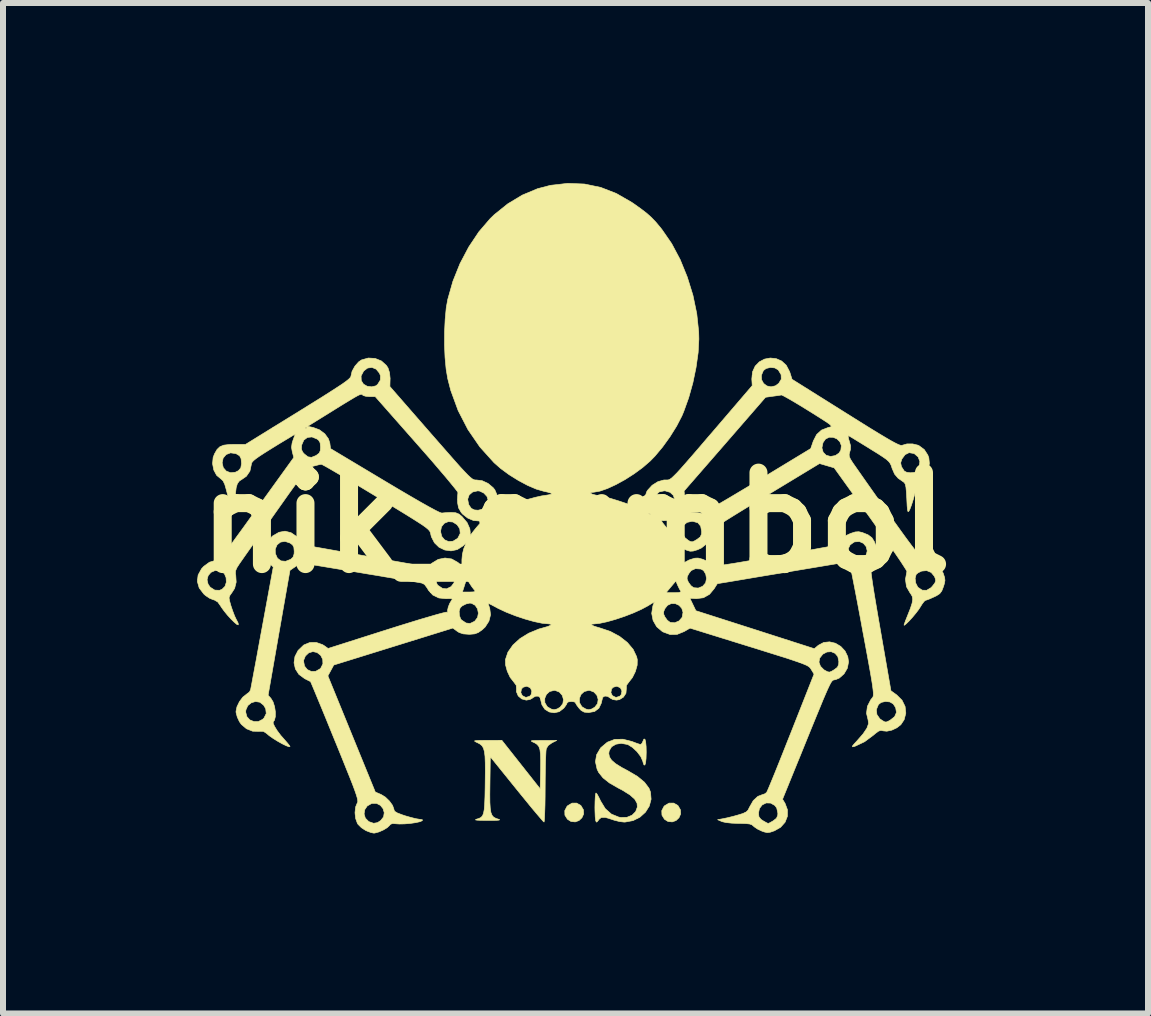
<source format=kicad_pcb>
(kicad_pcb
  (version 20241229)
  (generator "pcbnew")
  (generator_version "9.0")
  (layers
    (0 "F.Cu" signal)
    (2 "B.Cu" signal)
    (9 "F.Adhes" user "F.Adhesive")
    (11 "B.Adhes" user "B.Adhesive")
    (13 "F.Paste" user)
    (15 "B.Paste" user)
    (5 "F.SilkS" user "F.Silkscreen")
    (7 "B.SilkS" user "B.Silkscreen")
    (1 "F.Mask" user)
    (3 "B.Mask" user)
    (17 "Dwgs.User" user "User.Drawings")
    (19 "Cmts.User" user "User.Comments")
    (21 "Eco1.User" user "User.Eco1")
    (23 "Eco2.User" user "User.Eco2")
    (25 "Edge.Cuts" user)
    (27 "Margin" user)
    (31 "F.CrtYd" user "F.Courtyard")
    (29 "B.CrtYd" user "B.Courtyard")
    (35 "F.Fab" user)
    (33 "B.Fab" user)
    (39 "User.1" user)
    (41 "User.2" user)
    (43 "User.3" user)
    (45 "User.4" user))
  (footprint "nik_symbol"
    (layer "F.Cu")
    (at 6.539 5.659)
    (property "Reference" "nik_symbol" (at 0 0 0) (layer "F.SilkS") (effects (font (size 1.524 1.524) (thickness 0.3))))
    (attr through_hole)
    (fp_poly (pts (xy 0.087 4.71) (xy 0.091 4.715) (xy 0.132 4.784) (xy 0.135 4.853) (xy 0.107 4.915) (xy 0.058 4.962) (xy -0.005 4.985) (xy -0.075 4.978) (xy -0.134 4.941) (xy -0.177 4.873) (xy -0.179 4.797) (xy -0.142 4.726) (xy -0.131 4.715) (xy -0.058 4.672) (xy 0.018 4.671) (xy 0.087 4.71)) (stroke (width 0.01) (type solid)) (fill yes) (layer "F.SilkS"))
    (fp_poly (pts (xy 1.703 4.71) (xy 1.708 4.715) (xy 1.748 4.784) (xy 1.751 4.853) (xy 1.724 4.915) (xy 1.675 4.962) (xy 1.611 4.985) (xy 1.541 4.978) (xy 1.482 4.941) (xy 1.44 4.873) (xy 1.437 4.797) (xy 1.474 4.726) (xy 1.485 4.715) (xy 1.558 4.672) (xy 1.635 4.671) (xy 1.703 4.71)) (stroke (width 0.01) (type solid)) (fill yes) (layer "F.SilkS"))
    (fp_poly (pts (xy -0.908 4.03) (xy -0.589 4.434) (xy -0.582 4.11) (xy -0.581 3.964) (xy -0.584 3.857) (xy -0.593 3.781) (xy -0.611 3.729) (xy -0.64 3.694) (xy -0.68 3.668) (xy -0.7 3.659) (xy -0.73 3.645) (xy -0.737 3.635) (xy -0.715 3.63) (xy -0.66 3.628) (xy -0.564 3.627) (xy -0.543 3.627) (xy -0.312 3.627) (xy -0.392 3.667) (xy -0.454 3.711) (xy -0.487 3.764) (xy -0.492 3.802) (xy -0.496 3.88) (xy -0.5 3.99) (xy -0.503 4.125) (xy -0.505 4.278) (xy -0.506 4.405) (xy -0.507 4.563) (xy -0.509 4.705) (xy -0.513 4.825) (xy -0.517 4.916) (xy -0.521 4.972) (xy -0.525 4.987) (xy -0.544 4.97) (xy -0.587 4.92) (xy -0.652 4.844) (xy -0.735 4.745) (xy -0.831 4.627) (xy -0.939 4.495) (xy -0.981 4.443) (xy -1.42 3.899) (xy -1.426 4.354) (xy -1.428 4.527) (xy -1.427 4.659) (xy -1.421 4.757) (xy -1.41 4.827) (xy -1.391 4.875) (xy -1.364 4.906) (xy -1.326 4.926) (xy -1.287 4.939) (xy -1.264 4.948) (xy -1.274 4.955) (xy -1.321 4.959) (xy -1.408 4.96) (xy -1.466 4.96) (xy -1.575 4.959) (xy -1.642 4.956) (xy -1.668 4.951) (xy -1.658 4.943) (xy -1.648 4.939) (xy -1.606 4.926) (xy -1.574 4.909) (xy -1.55 4.883) (xy -1.533 4.841) (xy -1.521 4.779) (xy -1.514 4.69) (xy -1.509 4.569) (xy -1.506 4.411) (xy -1.505 4.328) (xy -1.503 4.144) (xy -1.504 4.002) (xy -1.508 3.893) (xy -1.518 3.814) (xy -1.534 3.757) (xy -1.557 3.717) (xy -1.59 3.689) (xy -1.632 3.666) (xy -1.65 3.658) (xy -1.677 3.644) (xy -1.682 3.635) (xy -1.657 3.63) (xy -1.599 3.627) (xy -1.502 3.626) (xy -1.474 3.626) (xy -1.228 3.625) (xy -0.908 4.03)) (stroke (width 0.01) (type solid)) (fill yes) (layer "F.SilkS"))
    (fp_poly (pts (xy 1.156 3.606) (xy 1.168 3.648) (xy 1.176 3.729) (xy 1.178 3.822) (xy 1.175 3.929) (xy 1.167 4.002) (xy 1.155 4.038) (xy 1.14 4.035) (xy 1.124 3.989) (xy 1.121 3.974) (xy 1.087 3.897) (xy 1.025 3.815) (xy 0.949 3.744) (xy 0.873 3.697) (xy 0.863 3.694) (xy 0.761 3.676) (xy 0.671 3.691) (xy 0.601 3.733) (xy 0.561 3.799) (xy 0.554 3.844) (xy 0.565 3.902) (xy 0.601 3.957) (xy 0.667 4.014) (xy 0.769 4.078) (xy 0.869 4.131) (xy 1.032 4.227) (xy 1.149 4.324) (xy 1.224 4.424) (xy 1.249 4.488) (xy 1.259 4.607) (xy 1.229 4.721) (xy 1.165 4.823) (xy 1.073 4.906) (xy 0.959 4.963) (xy 0.829 4.987) (xy 0.81 4.988) (xy 0.733 4.979) (xy 0.643 4.956) (xy 0.599 4.941) (xy 0.497 4.91) (xy 0.427 4.912) (xy 0.387 4.946) (xy 0.384 4.954) (xy 0.359 4.984) (xy 0.347 4.988) (xy 0.336 4.965) (xy 0.328 4.902) (xy 0.324 4.801) (xy 0.323 4.745) (xy 0.325 4.646) (xy 0.329 4.566) (xy 0.335 4.516) (xy 0.341 4.503) (xy 0.359 4.522) (xy 0.387 4.573) (xy 0.419 4.639) (xy 0.496 4.765) (xy 0.598 4.855) (xy 0.721 4.905) (xy 0.757 4.911) (xy 0.857 4.908) (xy 0.942 4.873) (xy 1.002 4.813) (xy 1.03 4.737) (xy 1.025 4.674) (xy 0.987 4.607) (xy 0.907 4.535) (xy 0.782 4.457) (xy 0.713 4.421) (xy 0.565 4.336) (xy 0.458 4.251) (xy 0.385 4.16) (xy 0.359 4.106) (xy 0.332 3.983) (xy 0.351 3.866) (xy 0.415 3.757) (xy 0.423 3.747) (xy 0.53 3.657) (xy 0.652 3.61) (xy 0.79 3.607) (xy 0.942 3.646) (xy 0.947 3.648) (xy 1.016 3.674) (xy 1.067 3.691) (xy 1.085 3.695) (xy 1.107 3.676) (xy 1.12 3.648) (xy 1.139 3.605) (xy 1.156 3.606)) (stroke (width 0.01) (type solid)) (fill yes) (layer "F.SilkS"))
    (fp_poly (pts (xy 0.149 -5.643) (xy 0.419 -5.587) (xy 0.681 -5.485) (xy 0.936 -5.338) (xy 0.97 -5.315) (xy 1.092 -5.228) (xy 1.187 -5.155) (xy 1.264 -5.086) (xy 1.336 -5.011) (xy 1.413 -4.919) (xy 1.442 -4.882) (xy 1.602 -4.65) (xy 1.744 -4.383) (xy 1.862 -4.093) (xy 1.956 -3.79) (xy 2.02 -3.482) (xy 2.052 -3.18) (xy 2.055 -3.06) (xy 2.043 -2.835) (xy 2.008 -2.587) (xy 1.955 -2.331) (xy 1.885 -2.081) (xy 1.803 -1.853) (xy 1.772 -1.779) (xy 1.685 -1.611) (xy 1.574 -1.433) (xy 1.45 -1.261) (xy 1.322 -1.108) (xy 1.243 -1.027) (xy 1.118 -0.919) (xy 0.976 -0.815) (xy 0.826 -0.719) (xy 0.675 -0.636) (xy 0.532 -0.57) (xy 0.405 -0.526) (xy 0.303 -0.508) (xy 0.295 -0.508) (xy 0.255 -0.503) (xy 0.253 -0.49) (xy 0.283 -0.474) (xy 0.337 -0.46) (xy 0.375 -0.454) (xy 0.463 -0.437) (xy 0.58 -0.406) (xy 0.713 -0.365) (xy 0.851 -0.319) (xy 0.979 -0.271) (xy 1.086 -0.226) (xy 1.148 -0.195) (xy 1.252 -0.134) (xy 1.2 -0.203) (xy 1.154 -0.302) (xy 1.152 -0.364) (xy 1.316 -0.364) (xy 1.336 -0.29) (xy 1.386 -0.237) (xy 1.456 -0.211) (xy 1.531 -0.216) (xy 1.59 -0.248) (xy 1.641 -0.315) (xy 1.652 -0.388) (xy 1.63 -0.455) (xy 1.576 -0.506) (xy 1.496 -0.53) (xy 1.477 -0.531) (xy 1.393 -0.513) (xy 1.338 -0.46) (xy 1.316 -0.376) (xy 1.316 -0.364) (xy 1.152 -0.364) (xy 1.15 -0.41) (xy 1.187 -0.518) (xy 1.201 -0.541) (xy 1.277 -0.624) (xy 1.373 -0.684) (xy 1.473 -0.712) (xy 1.514 -0.712) (xy 1.533 -0.712) (xy 1.552 -0.715) (xy 1.575 -0.726) (xy 1.604 -0.747) (xy 1.641 -0.782) (xy 1.691 -0.832) (xy 1.755 -0.902) (xy 1.836 -0.994) (xy 1.938 -1.111) (xy 2.064 -1.257) (xy 2.215 -1.434) (xy 2.268 -1.495) (xy 2.944 -2.284) (xy 2.937 -2.395) (xy 2.943 -2.455) (xy 3.096 -2.455) (xy 3.1 -2.382) (xy 3.133 -2.321) (xy 3.188 -2.279) (xy 3.257 -2.264) (xy 3.331 -2.281) (xy 3.386 -2.322) (xy 3.428 -2.391) (xy 3.425 -2.467) (xy 3.378 -2.545) (xy 3.377 -2.546) (xy 3.321 -2.579) (xy 3.247 -2.587) (xy 3.176 -2.57) (xy 3.13 -2.535) (xy 3.096 -2.455) (xy 2.943 -2.455) (xy 2.949 -2.513) (xy 2.993 -2.609) (xy 3.062 -2.68) (xy 3.149 -2.726) (xy 3.245 -2.744) (xy 3.342 -2.734) (xy 3.434 -2.694) (xy 3.511 -2.623) (xy 3.566 -2.518) (xy 3.57 -2.508) (xy 3.607 -2.39) (xy 4.503 -1.828) (xy 4.717 -1.694) (xy 4.895 -1.583) (xy 5.042 -1.493) (xy 5.159 -1.423) (xy 5.251 -1.369) (xy 5.321 -1.331) (xy 5.372 -1.306) (xy 5.407 -1.292) (xy 5.431 -1.288) (xy 5.446 -1.291) (xy 5.522 -1.313) (xy 5.616 -1.313) (xy 5.704 -1.292) (xy 5.722 -1.284) (xy 5.81 -1.219) (xy 5.869 -1.128) (xy 5.886 -1.083) (xy 5.896 -0.985) (xy 5.872 -0.881) (xy 5.82 -0.788) (xy 5.756 -0.727) (xy 5.699 -0.676) (xy 5.681 -0.629) (xy 5.673 -0.57) (xy 5.654 -0.485) (xy 5.627 -0.388) (xy 5.598 -0.296) (xy 5.571 -0.225) (xy 5.561 -0.205) (xy 5.548 -0.185) (xy 5.538 -0.187) (xy 5.531 -0.216) (xy 5.525 -0.279) (xy 5.52 -0.381) (xy 5.519 -0.402) (xy 5.512 -0.516) (xy 5.505 -0.592) (xy 5.494 -0.64) (xy 5.479 -0.667) (xy 5.464 -0.679) (xy 5.374 -0.742) (xy 5.316 -0.81) (xy 5.277 -0.9) (xy 5.274 -0.907) (xy 5.26 -0.952) (xy 5.243 -0.987) (xy 5.236 -0.997) (xy 5.417 -0.997) (xy 5.43 -0.934) (xy 5.478 -0.86) (xy 5.518 -0.84) (xy 5.579 -0.832) (xy 5.642 -0.838) (xy 5.673 -0.849) (xy 5.7 -0.882) (xy 5.726 -0.934) (xy 5.737 -1.02) (xy 5.708 -1.096) (xy 5.645 -1.15) (xy 5.634 -1.154) (xy 5.557 -1.167) (xy 5.491 -1.134) (xy 5.437 -1.061) (xy 5.417 -0.997) (xy 5.236 -0.997) (xy 5.219 -1.019) (xy 5.181 -1.054) (xy 5.123 -1.095) (xy 5.039 -1.15) (xy 4.922 -1.222) (xy 4.902 -1.235) (xy 4.79 -1.304) (xy 4.692 -1.364) (xy 4.614 -1.412) (xy 4.563 -1.442) (xy 4.547 -1.451) (xy 4.542 -1.436) (xy 4.551 -1.391) (xy 4.561 -1.36) (xy 4.582 -1.282) (xy 4.58 -1.218) (xy 4.57 -1.184) (xy 4.559 -1.141) (xy 4.561 -1.104) (xy 4.58 -1.06) (xy 4.62 -0.997) (xy 4.644 -0.963) (xy 4.845 -0.676) (xy 5.022 -0.425) (xy 5.175 -0.207) (xy 5.308 -0.021) (xy 5.421 0.137) (xy 5.516 0.268) (xy 5.596 0.375) (xy 5.661 0.46) (xy 5.713 0.525) (xy 5.755 0.572) (xy 5.788 0.605) (xy 5.813 0.625) (xy 5.832 0.634) (xy 5.84 0.636) (xy 5.96 0.665) (xy 6.056 0.731) (xy 6.12 0.829) (xy 6.126 0.842) (xy 6.149 0.912) (xy 6.155 0.963) (xy 6.144 1.02) (xy 6.129 1.068) (xy 6.102 1.137) (xy 6.068 1.182) (xy 6.014 1.217) (xy 5.972 1.237) (xy 5.903 1.268) (xy 5.85 1.288) (xy 5.83 1.293) (xy 5.807 1.312) (xy 5.772 1.359) (xy 5.745 1.403) (xy 5.712 1.453) (xy 5.665 1.514) (xy 5.611 1.579) (xy 5.557 1.638) (xy 5.511 1.683) (xy 5.481 1.708) (xy 5.473 1.706) (xy 5.481 1.68) (xy 5.5 1.628) (xy 5.519 1.628) (xy 5.53 1.639) (xy 5.542 1.628) (xy 5.53 1.616) (xy 5.519 1.628) (xy 5.5 1.628) (xy 5.502 1.623) (xy 5.532 1.548) (xy 5.533 1.545) (xy 5.58 1.426) (xy 5.608 1.339) (xy 5.618 1.276) (xy 5.61 1.228) (xy 5.586 1.186) (xy 5.575 1.172) (xy 5.514 1.066) (xy 5.497 0.944) (xy 5.5 0.926) (xy 5.658 0.926) (xy 5.667 1.004) (xy 5.701 1.071) (xy 5.707 1.078) (xy 5.776 1.124) (xy 5.85 1.126) (xy 5.921 1.084) (xy 5.944 1.06) (xy 5.986 1.006) (xy 6.001 0.967) (xy 5.992 0.924) (xy 5.978 0.892) (xy 5.926 0.829) (xy 5.851 0.798) (xy 5.767 0.806) (xy 5.76 0.809) (xy 5.707 0.835) (xy 5.675 0.862) (xy 5.658 0.926) (xy 5.5 0.926) (xy 5.521 0.813) (xy 5.51 0.789) (xy 5.474 0.732) (xy 5.417 0.644) (xy 5.34 0.531) (xy 5.247 0.396) (xy 5.14 0.244) (xy 5.021 0.077) (xy 4.92 -0.065) (xy 4.31 -0.914) (xy 4.188 -0.95) (xy 4.065 -0.986) (xy 3.165 -0.441) (xy 2.953 -0.313) (xy 2.776 -0.205) (xy 2.633 -0.117) (xy 2.519 -0.046) (xy 2.432 0.01) (xy 2.367 0.054) (xy 2.321 0.088) (xy 2.291 0.115) (xy 2.274 0.136) (xy 2.266 0.153) (xy 2.264 0.17) (xy 2.264 0.172) (xy 2.241 0.265) (xy 2.183 0.352) (xy 2.097 0.421) (xy 2.031 0.451) (xy 1.961 0.472) (xy 1.911 0.475) (xy 1.859 0.461) (xy 1.812 0.441) (xy 1.705 0.394) (xy 1.724 0.468) (xy 1.736 0.541) (xy 1.74 0.626) (xy 1.74 0.645) (xy 1.739 0.706) (xy 1.745 0.728) (xy 1.76 0.716) (xy 1.775 0.697) (xy 1.82 0.66) (xy 1.888 0.623) (xy 1.918 0.612) (xy 1.988 0.591) (xy 2.042 0.589) (xy 2.105 0.605) (xy 2.126 0.612) (xy 2.195 0.643) (xy 2.25 0.68) (xy 2.263 0.693) (xy 2.272 0.704) (xy 2.284 0.712) (xy 2.304 0.716) (xy 2.335 0.717) (xy 2.381 0.714) (xy 2.446 0.706) (xy 2.535 0.693) (xy 2.651 0.675) (xy 2.798 0.65) (xy 2.98 0.619) (xy 3.202 0.58) (xy 3.346 0.555) (xy 3.559 0.517) (xy 3.657 0.5) (xy 4.544 0.5) (xy 4.569 0.564) (xy 4.616 0.615) (xy 4.68 0.642) (xy 4.757 0.636) (xy 4.767 0.632) (xy 4.803 0.603) (xy 4.839 0.551) (xy 4.84 0.549) (xy 4.86 0.47) (xy 4.842 0.398) (xy 4.796 0.343) (xy 4.73 0.314) (xy 4.652 0.319) (xy 4.639 0.324) (xy 4.575 0.37) (xy 4.545 0.432) (xy 4.544 0.5) (xy 3.657 0.5) (xy 3.758 0.482) (xy 3.938 0.45) (xy 4.095 0.421) (xy 4.223 0.398) (xy 4.319 0.38) (xy 4.379 0.369) (xy 4.396 0.364) (xy 4.445 0.273) (xy 4.509 0.213) (xy 4.582 0.179) (xy 4.659 0.154) (xy 4.718 0.15) (xy 4.777 0.163) (xy 4.874 0.202) (xy 4.938 0.25) (xy 4.98 0.318) (xy 4.997 0.364) (xy 5.019 0.437) (xy 5.022 0.49) (xy 5.009 0.548) (xy 4.999 0.578) (xy 4.97 0.647) (xy 4.941 0.702) (xy 4.931 0.715) (xy 4.924 0.728) (xy 4.921 0.753) (xy 4.922 0.793) (xy 4.927 0.852) (xy 4.938 0.934) (xy 4.954 1.043) (xy 4.976 1.182) (xy 5.005 1.356) (xy 5.041 1.568) (xy 5.077 1.775) (xy 5.255 2.8) (xy 5.352 2.87) (xy 5.44 2.958) (xy 5.491 3.062) (xy 5.503 3.173) (xy 5.475 3.282) (xy 5.42 3.365) (xy 5.353 3.417) (xy 5.27 3.456) (xy 5.186 3.474) (xy 5.126 3.468) (xy 5.088 3.46) (xy 5.05 3.472) (xy 4.999 3.509) (xy 4.965 3.538) (xy 4.816 3.649) (xy 4.667 3.72) (xy 4.641 3.729) (xy 4.615 3.734) (xy 4.613 3.722) (xy 4.639 3.689) (xy 4.69 3.634) (xy 4.791 3.518) (xy 4.855 3.423) (xy 4.882 3.347) (xy 4.875 3.288) (xy 4.848 3.175) (xy 4.856 3.114) (xy 5.012 3.114) (xy 5.021 3.196) (xy 5.07 3.267) (xy 5.115 3.298) (xy 5.151 3.318) (xy 5.176 3.321) (xy 5.211 3.307) (xy 5.242 3.29) (xy 5.316 3.232) (xy 5.347 3.161) (xy 5.334 3.082) (xy 5.293 3.019) (xy 5.237 2.986) (xy 5.164 2.978) (xy 5.093 2.994) (xy 5.047 3.03) (xy 5.012 3.114) (xy 4.856 3.114) (xy 4.863 3.059) (xy 4.918 2.951) (xy 4.942 2.921) (xy 4.952 2.909) (xy 4.959 2.893) (xy 4.962 2.869) (xy 4.962 2.833) (xy 4.957 2.782) (xy 4.948 2.711) (xy 4.933 2.616) (xy 4.912 2.493) (xy 4.884 2.337) (xy 4.849 2.146) (xy 4.806 1.914) (xy 4.792 1.841) (xy 4.753 1.628) (xy 4.716 1.43) (xy 4.682 1.251) (xy 4.652 1.095) (xy 4.627 0.968) (xy 4.608 0.872) (xy 4.596 0.814) (xy 4.592 0.797) (xy 4.568 0.779) (xy 4.521 0.746) (xy 4.498 0.73) (xy 4.413 0.673) (xy 3.39 0.844) (xy 3.179 0.879) (xy 2.982 0.912) (xy 2.805 0.942) (xy 2.651 0.968) (xy 2.526 0.989) (xy 2.433 1.004) (xy 2.378 1.013) (xy 2.363 1.016) (xy 2.351 1.034) (xy 2.323 1.078) (xy 2.312 1.097) (xy 2.232 1.193) (xy 2.131 1.25) (xy 2.013 1.265) (xy 2.009 1.265) (xy 1.905 1.258) (xy 2.005 1.466) (xy 2.992 1.782) (xy 3.979 2.099) (xy 4.046 2.042) (xy 4.135 1.995) (xy 4.232 1.985) (xy 4.33 2.008) (xy 4.419 2.061) (xy 4.49 2.137) (xy 4.536 2.232) (xy 4.549 2.319) (xy 4.529 2.424) (xy 4.474 2.518) (xy 4.395 2.588) (xy 4.339 2.612) (xy 4.322 2.616) (xy 4.308 2.619) (xy 4.295 2.622) (xy 4.282 2.63) (xy 4.268 2.646) (xy 4.251 2.672) (xy 4.23 2.713) (xy 4.203 2.77) (xy 4.169 2.847) (xy 4.126 2.947) (xy 4.074 3.074) (xy 4.01 3.229) (xy 3.933 3.417) (xy 3.842 3.641) (xy 3.736 3.903) (xy 3.698 3.995) (xy 3.449 4.607) (xy 3.491 4.676) (xy 3.531 4.783) (xy 3.53 4.891) (xy 3.491 4.991) (xy 3.416 5.075) (xy 3.314 5.133) (xy 3.243 5.157) (xy 3.193 5.163) (xy 3.143 5.152) (xy 3.104 5.138) (xy 3.034 5.105) (xy 2.978 5.067) (xy 2.966 5.056) (xy 2.94 5.034) (xy 2.902 5.02) (xy 2.842 5.013) (xy 2.749 5.01) (xy 2.715 5.01) (xy 2.604 5.006) (xy 2.509 4.996) (xy 2.443 4.981) (xy 2.436 4.978) (xy 2.367 4.948) (xy 2.459 4.931) (xy 2.531 4.916) (xy 2.624 4.893) (xy 2.707 4.87) (xy 2.791 4.844) (xy 2.801 4.839) (xy 3.048 4.839) (xy 3.056 4.9) (xy 3.089 4.942) (xy 3.123 4.965) (xy 3.174 4.994) (xy 3.207 5.01) (xy 3.21 5.011) (xy 3.235 5) (xy 3.283 4.973) (xy 3.296 4.965) (xy 3.348 4.924) (xy 3.369 4.876) (xy 3.371 4.839) (xy 3.352 4.753) (xy 3.321 4.711) (xy 3.25 4.671) (xy 3.176 4.669) (xy 3.11 4.702) (xy 3.064 4.762) (xy 3.048 4.839) (xy 2.801 4.839) (xy 2.843 4.819) (xy 2.874 4.789) (xy 2.897 4.743) (xy 2.899 4.739) (xy 2.961 4.63) (xy 3.037 4.56) (xy 3.095 4.537) (xy 3.151 4.518) (xy 3.183 4.495) (xy 3.196 4.469) (xy 3.224 4.404) (xy 3.265 4.305) (xy 3.318 4.176) (xy 3.38 4.022) (xy 3.45 3.847) (xy 3.526 3.655) (xy 3.59 3.495) (xy 3.974 2.522) (xy 3.927 2.445) (xy 3.915 2.426) (xy 3.9 2.409) (xy 3.878 2.392) (xy 3.845 2.374) (xy 3.797 2.354) (xy 3.731 2.328) (xy 3.714 2.323) (xy 4.056 2.323) (xy 4.081 2.392) (xy 4.138 2.45) (xy 4.155 2.46) (xy 4.201 2.484) (xy 4.233 2.489) (xy 4.269 2.474) (xy 4.312 2.448) (xy 4.363 2.409) (xy 4.384 2.363) (xy 4.387 2.312) (xy 4.37 2.23) (xy 4.324 2.176) (xy 4.26 2.149) (xy 4.188 2.154) (xy 4.12 2.19) (xy 4.068 2.256) (xy 4.056 2.323) (xy 3.714 2.323) (xy 3.641 2.298) (xy 3.525 2.259) (xy 3.378 2.213) (xy 3.196 2.156) (xy 2.976 2.087) (xy 2.894 2.062) (xy 1.908 1.756) (xy 1.81 1.813) (xy 1.692 1.861) (xy 1.576 1.863) (xy 1.459 1.82) (xy 1.446 1.813) (xy 1.352 1.733) (xy 1.292 1.628) (xy 1.269 1.51) (xy 1.273 1.485) (xy 1.467 1.485) (xy 1.47 1.527) (xy 1.49 1.571) (xy 1.53 1.626) (xy 1.576 1.66) (xy 1.577 1.661) (xy 1.653 1.667) (xy 1.725 1.636) (xy 1.775 1.578) (xy 1.777 1.573) (xy 1.791 1.493) (xy 1.77 1.426) (xy 1.724 1.376) (xy 1.663 1.348) (xy 1.596 1.347) (xy 1.533 1.376) (xy 1.489 1.432) (xy 1.467 1.485) (xy 1.273 1.485) (xy 1.288 1.388) (xy 1.292 1.376) (xy 1.314 1.318) (xy 1.204 1.386) (xy 1.095 1.444) (xy 0.962 1.504) (xy 0.814 1.561) (xy 0.664 1.611) (xy 0.522 1.651) (xy 0.4 1.677) (xy 0.314 1.686) (xy 0.27 1.69) (xy 0.269 1.703) (xy 0.307 1.723) (xy 0.381 1.746) (xy 0.403 1.752) (xy 0.579 1.811) (xy 0.734 1.894) (xy 0.863 1.995) (xy 0.96 2.11) (xy 1.018 2.232) (xy 1.029 2.281) (xy 1.027 2.374) (xy 0.997 2.48) (xy 0.947 2.581) (xy 0.888 2.656) (xy 0.848 2.711) (xy 0.846 2.768) (xy 0.84 2.842) (xy 0.798 2.906) (xy 0.732 2.947) (xy 0.682 2.956) (xy 0.621 2.946) (xy 0.578 2.922) (xy 0.577 2.921) (xy 0.535 2.893) (xy 0.488 2.888) (xy 0.455 2.908) (xy 0.451 2.915) (xy 0.44 2.959) (xy 0.429 3.007) (xy 0.389 3.091) (xy 0.318 3.145) (xy 0.218 3.163) (xy 0.217 3.163) (xy 0.145 3.156) (xy 0.094 3.128) (xy 0.06 3.092) (xy 0.022 3.042) (xy 0.001 3.006) (xy 0 3) (xy -0.02 2.985) (xy -0.068 2.979) (xy -0.069 2.979) (xy -0.118 2.985) (xy -0.139 3) (xy -0.139 3) (xy -0.152 3.03) (xy -0.186 3.078) (xy -0.198 3.092) (xy -0.271 3.148) (xy -0.355 3.167) (xy -0.439 3.153) (xy -0.511 3.108) (xy -0.559 3.036) (xy -0.567 3.007) (xy -0.581 2.95) (xy -0.587 2.927) (xy -0.513 2.927) (xy -0.511 2.998) (xy -0.474 3.061) (xy -0.46 3.073) (xy -0.404 3.105) (xy -0.358 3.116) (xy -0.306 3.103) (xy -0.256 3.073) (xy -0.211 3.014) (xy -0.201 2.944) (xy -0.206 2.927) (xy 0.064 2.927) (xy 0.066 2.998) (xy 0.103 3.061) (xy 0.117 3.073) (xy 0.173 3.105) (xy 0.219 3.116) (xy 0.271 3.103) (xy 0.321 3.073) (xy 0.367 3.014) (xy 0.377 2.944) (xy 0.356 2.876) (xy 0.316 2.831) (xy 0.589 2.831) (xy 0.614 2.882) (xy 0.667 2.908) (xy 0.681 2.909) (xy 0.737 2.891) (xy 0.762 2.863) (xy 0.773 2.803) (xy 0.748 2.752) (xy 0.695 2.726) (xy 0.681 2.725) (xy 0.625 2.743) (xy 0.6 2.771) (xy 0.589 2.831) (xy 0.316 2.831) (xy 0.308 2.822) (xy 0.239 2.795) (xy 0.219 2.794) (xy 0.145 2.813) (xy 0.092 2.861) (xy 0.064 2.927) (xy -0.206 2.927) (xy -0.222 2.876) (xy -0.269 2.822) (xy -0.338 2.795) (xy -0.358 2.794) (xy -0.432 2.813) (xy -0.485 2.861) (xy -0.513 2.927) (xy -0.587 2.927) (xy -0.59 2.915) (xy -0.617 2.89) (xy -0.664 2.89) (xy -0.708 2.913) (xy -0.716 2.921) (xy -0.758 2.945) (xy -0.819 2.956) (xy -0.821 2.956) (xy -0.896 2.936) (xy -0.955 2.886) (xy -0.978 2.831) (xy -0.912 2.831) (xy -0.886 2.882) (xy -0.834 2.908) (xy -0.82 2.909) (xy -0.764 2.891) (xy -0.739 2.863) (xy -0.728 2.803) (xy -0.753 2.752) (xy -0.806 2.726) (xy -0.82 2.725) (xy -0.876 2.743) (xy -0.901 2.771) (xy -0.912 2.831) (xy -0.978 2.831) (xy -0.985 2.817) (xy -0.984 2.768) (xy -0.988 2.709) (xy -1.027 2.656) (xy -1.089 2.577) (xy -1.137 2.475) (xy -1.166 2.369) (xy -1.168 2.281) (xy -1.126 2.156) (xy -1.043 2.038) (xy -0.926 1.931) (xy -0.78 1.841) (xy -0.611 1.771) (xy -0.542 1.752) (xy -0.459 1.728) (xy -0.412 1.707) (xy -0.405 1.693) (xy -0.438 1.686) (xy -0.451 1.685) (xy -0.557 1.675) (xy -0.691 1.647) (xy -0.844 1.604) (xy -1.002 1.551) (xy -1.154 1.491) (xy -1.289 1.428) (xy -1.333 1.404) (xy -1.397 1.37) (xy -1.441 1.349) (xy -1.455 1.346) (xy -1.448 1.372) (xy -1.431 1.423) (xy -1.429 1.429) (xy -1.416 1.534) (xy -1.443 1.64) (xy -1.506 1.738) (xy -1.555 1.784) (xy -1.621 1.83) (xy -1.681 1.852) (xy -1.759 1.859) (xy -1.777 1.859) (xy -1.871 1.852) (xy -1.94 1.829) (xy -1.974 1.807) (xy -2.044 1.755) (xy -3.036 2.063) (xy -4.028 2.371) (xy -4.126 2.552) (xy -3.336 4.487) (xy -3.24 4.528) (xy -3.168 4.572) (xy -3.101 4.637) (xy -3.049 4.709) (xy -3.025 4.775) (xy -3.025 4.784) (xy -3.012 4.809) (xy -2.968 4.836) (xy -2.889 4.866) (xy -2.839 4.883) (xy -2.745 4.91) (xy -2.661 4.931) (xy -2.601 4.941) (xy -2.592 4.941) (xy -2.552 4.948) (xy -2.553 4.964) (xy -2.591 4.981) (xy -2.662 4.997) (xy -2.752 5.01) (xy -2.847 5.018) (xy -2.933 5.02) (xy -2.98 5.017) (xy -3.047 5.012) (xy -3.084 5.025) (xy -3.099 5.044) (xy -3.137 5.08) (xy -3.201 5.119) (xy -3.276 5.152) (xy -3.343 5.17) (xy -3.36 5.172) (xy -3.409 5.162) (xy -3.475 5.137) (xy -3.499 5.126) (xy -3.568 5.081) (xy -3.624 5.025) (xy -3.634 5.01) (xy -3.664 4.927) (xy -3.672 4.853) (xy -3.523 4.853) (xy -3.502 4.922) (xy -3.448 4.977) (xy -3.439 4.982) (xy -3.364 5.008) (xy -3.3 4.997) (xy -3.246 4.962) (xy -3.198 4.901) (xy -3.187 4.831) (xy -3.207 4.764) (xy -3.251 4.709) (xy -3.316 4.676) (xy -3.394 4.677) (xy -3.399 4.679) (xy -3.47 4.719) (xy -3.512 4.781) (xy -3.523 4.853) (xy -3.672 4.853) (xy -3.674 4.829) (xy -3.664 4.736) (xy -3.64 4.677) (xy -3.632 4.663) (xy -3.628 4.645) (xy -3.63 4.619) (xy -3.638 4.582) (xy -3.654 4.529) (xy -3.679 4.457) (xy -3.714 4.363) (xy -3.762 4.241) (xy -3.823 4.09) (xy -3.898 3.903) (xy -3.989 3.679) (xy -4.007 3.636) (xy -4.089 3.435) (xy -4.165 3.248) (xy -4.235 3.078) (xy -4.296 2.931) (xy -4.346 2.81) (xy -4.384 2.719) (xy -4.408 2.663) (xy -4.415 2.647) (xy -4.438 2.636) (xy -4.487 2.611) (xy -4.513 2.598) (xy -4.609 2.527) (xy -4.667 2.437) (xy -4.69 2.335) (xy -4.686 2.307) (xy -4.531 2.307) (xy -4.515 2.389) (xy -4.468 2.448) (xy -4.402 2.478) (xy -4.329 2.476) (xy -4.259 2.436) (xy -4.243 2.42) (xy -4.209 2.351) (xy -4.212 2.277) (xy -4.246 2.21) (xy -4.306 2.163) (xy -4.375 2.147) (xy -4.445 2.168) (xy -4.501 2.221) (xy -4.53 2.292) (xy -4.531 2.307) (xy -4.686 2.307) (xy -4.675 2.23) (xy -4.623 2.129) (xy -4.534 2.043) (xy -4.525 2.036) (xy -4.427 1.996) (xy -4.319 1.995) (xy -4.214 2.032) (xy -4.187 2.049) (xy -4.122 2.095) (xy -3.152 1.786) (xy -2.949 1.722) (xy -2.758 1.663) (xy -2.586 1.61) (xy -2.435 1.566) (xy -2.312 1.53) (xy -2.219 1.505) (xy -2.163 1.492) (xy -2.148 1.49) (xy -2.126 1.494) (xy -2.129 1.489) (xy -2.131 1.474) (xy -1.939 1.474) (xy -1.935 1.545) (xy -1.913 1.605) (xy -1.899 1.621) (xy -1.824 1.671) (xy -1.757 1.679) (xy -1.687 1.645) (xy -1.677 1.638) (xy -1.632 1.578) (xy -1.619 1.507) (xy -1.633 1.435) (xy -1.672 1.376) (xy -1.732 1.343) (xy -1.761 1.339) (xy -1.823 1.353) (xy -1.887 1.385) (xy -1.922 1.418) (xy -1.939 1.474) (xy -2.131 1.474) (xy -2.132 1.458) (xy -2.12 1.404) (xy -2.096 1.344) (xy -2.067 1.296) (xy -2.065 1.293) (xy -2.053 1.273) (xy -2.068 1.264) (xy -2.116 1.264) (xy -2.155 1.266) (xy -2.277 1.254) (xy -2.378 1.205) (xy -2.414 1.166) (xy 1.508 1.166) (xy 1.641 1.166) (xy 1.72 1.163) (xy 1.754 1.153) (xy 1.754 1.141) (xy 1.731 1.104) (xy 1.704 1.047) (xy 1.702 1.044) (xy 1.672 0.971) (xy 1.59 1.068) (xy 1.508 1.166) (xy -2.414 1.166) (xy -2.424 1.155) (xy -1.885 1.155) (xy -1.77 1.155) (xy -1.704 1.153) (xy -1.675 1.147) (xy -1.677 1.131) (xy -1.691 1.114) (xy -1.728 1.066) (xy -1.768 1.005) (xy -1.77 1.002) (xy -1.807 0.939) (xy 1.859 0.939) (xy 1.88 0.99) (xy 1.882 0.993) (xy 1.922 1.048) (xy 1.967 1.082) (xy 1.97 1.083) (xy 2.045 1.089) (xy 2.118 1.059) (xy 2.168 1.002) (xy 2.168 1) (xy 2.182 0.929) (xy 2.169 0.856) (xy 2.133 0.797) (xy 2.09 0.772) (xy 1.998 0.765) (xy 1.927 0.797) (xy 1.888 0.847) (xy 1.861 0.9) (xy 1.859 0.939) (xy -1.807 0.939) (xy -1.813 0.93) (xy -1.885 1.155) (xy -2.424 1.155) (xy -2.452 1.123) (xy -2.469 1.092) (xy -2.516 1.028) (xy -2.561 1.006) (xy -2.596 0.999) (xy -2.672 0.986) (xy -2.783 0.968) (xy -2.924 0.944) (xy -3.091 0.916) (xy -3.203 0.897) (xy -2.331 0.897) (xy -2.327 0.967) (xy -2.305 1.028) (xy -2.292 1.044) (xy -2.217 1.094) (xy -2.149 1.102) (xy -2.079 1.068) (xy -2.07 1.061) (xy -2.025 1.001) (xy -2.011 0.929) (xy -2.026 0.858) (xy -2.065 0.799) (xy -2.11 0.774) (xy 1.709 0.774) (xy 1.72 0.785) (xy 1.732 0.774) (xy 1.72 0.762) (xy 1.709 0.774) (xy -2.11 0.774) (xy -2.124 0.765) (xy -2.153 0.762) (xy -2.216 0.776) (xy -2.279 0.808) (xy -2.315 0.841) (xy -2.331 0.897) (xy -3.203 0.897) (xy -3.278 0.884) (xy -3.48 0.851) (xy -3.597 0.831) (xy -4.572 0.669) (xy -4.665 0.73) (xy -4.718 0.766) (xy -4.752 0.79) (xy -4.758 0.794) (xy -4.762 0.816) (xy -4.773 0.88) (xy -4.791 0.98) (xy -4.814 1.112) (xy -4.842 1.271) (xy -4.874 1.453) (xy -4.909 1.654) (xy -4.941 1.836) (xy -5.122 2.875) (xy -5.076 2.925) (xy -5.04 2.984) (xy -5.014 3.065) (xy -5.001 3.152) (xy -5.002 3.233) (xy -5.017 3.293) (xy -5.036 3.315) (xy -5.038 3.341) (xy -5.015 3.393) (xy -4.972 3.463) (xy -4.913 3.542) (xy -4.856 3.607) (xy -4.805 3.665) (xy -4.769 3.709) (xy -4.757 3.729) (xy -4.774 3.733) (xy -4.82 3.716) (xy -4.886 3.684) (xy -4.961 3.642) (xy -5.037 3.595) (xy -5.104 3.548) (xy -5.151 3.508) (xy -5.201 3.476) (xy -5.265 3.475) (xy -5.272 3.476) (xy -5.379 3.474) (xy -5.482 3.433) (xy -5.568 3.36) (xy -5.6 3.315) (xy -5.635 3.24) (xy -5.655 3.167) (xy -5.656 3.154) (xy -5.496 3.154) (xy -5.476 3.231) (xy -5.427 3.285) (xy -5.358 3.313) (xy -5.283 3.312) (xy -5.213 3.276) (xy -5.19 3.253) (xy -5.153 3.179) (xy -5.162 3.099) (xy -5.197 3.04) (xy -5.259 2.991) (xy -5.332 2.979) (xy -5.402 3) (xy -5.46 3.047) (xy -5.492 3.118) (xy -5.496 3.154) (xy -5.656 3.154) (xy -5.657 3.144) (xy -5.641 3.067) (xy -5.6 2.982) (xy -5.544 2.907) (xy -5.485 2.86) (xy -5.483 2.858) (xy -5.435 2.822) (xy -5.414 2.784) (xy -5.408 2.752) (xy -5.394 2.679) (xy -5.374 2.571) (xy -5.348 2.432) (xy -5.317 2.267) (xy -5.283 2.08) (xy -5.246 1.878) (xy -5.22 1.738) (xy -5.036 0.739) (xy -5.091 0.684) (xy -5.146 0.599) (xy -5.167 0.497) (xy -5.161 0.439) (xy -5.003 0.439) (xy -5.002 0.512) (xy -4.967 0.591) (xy -4.907 0.636) (xy -4.83 0.643) (xy -4.746 0.61) (xy -4.744 0.609) (xy -4.706 0.573) (xy -4.689 0.52) (xy -4.687 0.476) (xy -4.693 0.409) (xy -4.715 0.369) (xy -4.758 0.338) (xy -4.84 0.311) (xy -4.915 0.323) (xy -4.972 0.368) (xy -5.003 0.439) (xy -5.161 0.439) (xy -5.156 0.39) (xy -5.115 0.293) (xy -5.05 0.223) (xy -4.942 0.16) (xy -4.84 0.141) (xy -4.739 0.167) (xy -4.636 0.237) (xy -4.6 0.271) (xy -4.494 0.377) (xy -2.464 0.738) (xy -2.389 0.672) (xy -2.288 0.611) (xy -2.175 0.588) (xy -2.063 0.604) (xy -1.963 0.66) (xy -1.947 0.673) (xy -1.893 0.724) (xy -1.893 0.615) (xy -1.885 0.527) (xy -1.865 0.442) (xy -1.858 0.422) (xy -1.831 0.358) (xy 1.686 0.358) (xy 1.697 0.369) (xy 1.709 0.358) (xy 1.697 0.346) (xy 1.686 0.358) (xy -1.831 0.358) (xy -1.823 0.337) (xy -1.877 0.388) (xy -1.971 0.448) (xy -2.074 0.469) (xy -2.178 0.455) (xy -2.274 0.409) (xy -2.351 0.334) (xy -2.402 0.234) (xy -2.412 0.192) (xy -2.416 0.171) (xy -2.424 0.151) (xy -2.428 0.144) (xy -2.249 0.144) (xy -2.23 0.227) (xy -2.182 0.285) (xy -2.115 0.314) (xy -2.041 0.308) (xy -1.971 0.265) (xy -1.957 0.25) (xy -1.921 0.177) (xy -1.929 0.1) (xy -1.973 0.034) (xy -2.045 -0.012) (xy -2.119 -0.018) (xy -2.186 0.009) (xy -2.233 0.067) (xy -2.249 0.144) (xy -2.428 0.144) (xy -2.437 0.131) (xy -2.46 0.107) (xy -2.496 0.077) (xy -2.549 0.039) (xy -2.623 -0.009) (xy -2.719 -0.07) (xy -2.843 -0.147) (xy -2.997 -0.241) (xy -3.185 -0.355) (xy -3.32 -0.437) (xy -3.504 -0.548) (xy -3.677 -0.652) (xy -3.833 -0.745) (xy -3.97 -0.825) (xy -4.083 -0.891) (xy -4.167 -0.939) (xy -4.22 -0.967) (xy -4.236 -0.974) (xy -4.272 -0.967) (xy -4.333 -0.951) (xy -4.365 -0.943) (xy -4.392 -0.935) (xy -4.417 -0.925) (xy -4.443 -0.909) (xy -4.472 -0.883) (xy -4.507 -0.844) (xy -4.553 -0.788) (xy -4.611 -0.712) (xy -4.684 -0.611) (xy -4.776 -0.483) (xy -4.889 -0.323) (xy -4.994 -0.175) (xy -5.113 -0.006) (xy -5.227 0.155) (xy -5.332 0.304) (xy -5.425 0.435) (xy -5.502 0.544) (xy -5.56 0.627) (xy -5.595 0.677) (xy -5.598 0.681) (xy -5.643 0.751) (xy -5.664 0.801) (xy -5.666 0.848) (xy -5.661 0.877) (xy -5.654 0.99) (xy -5.68 1.094) (xy -5.724 1.163) (xy -5.759 1.212) (xy -5.773 1.251) (xy -5.764 1.303) (xy -5.742 1.382) (xy -5.712 1.47) (xy -5.68 1.554) (xy -5.65 1.617) (xy -5.644 1.627) (xy -5.621 1.673) (xy -5.619 1.701) (xy -5.619 1.702) (xy -5.642 1.695) (xy -5.685 1.659) (xy -5.74 1.605) (xy -5.8 1.539) (xy -5.856 1.47) (xy -5.901 1.408) (xy -5.913 1.388) (xy -5.961 1.321) (xy -6.017 1.288) (xy -6.036 1.283) (xy -6.096 1.259) (xy -6.165 1.213) (xy -6.194 1.187) (xy -6.27 1.087) (xy -6.301 0.979) (xy -6.298 0.951) (xy -6.139 0.951) (xy -6.122 1.024) (xy -6.086 1.075) (xy -6.011 1.123) (xy -5.932 1.126) (xy -5.889 1.109) (xy -5.84 1.06) (xy -5.818 0.991) (xy -5.822 0.916) (xy -5.85 0.85) (xy -5.901 0.806) (xy -5.919 0.8) (xy -6.005 0.797) (xy -6.074 0.827) (xy -6.121 0.882) (xy -6.139 0.951) (xy -6.298 0.951) (xy -6.288 0.871) (xy -6.231 0.767) (xy -6.195 0.728) (xy -6.099 0.658) (xy -6.018 0.634) (xy -5.996 0.63) (xy -5.974 0.624) (xy -5.952 0.611) (xy -5.925 0.589) (xy -5.892 0.555) (xy -5.85 0.505) (xy -5.797 0.437) (xy -5.728 0.346) (xy -5.643 0.229) (xy -5.537 0.084) (xy -5.41 -0.093) (xy -5.309 -0.234) (xy -4.694 -1.087) (xy -4.719 -1.18) (xy -4.726 -1.221) (xy -4.567 -1.221) (xy -4.542 -1.171) (xy -4.518 -1.145) (xy -4.458 -1.098) (xy -4.4 -1.089) (xy -4.329 -1.117) (xy -4.316 -1.125) (xy -4.271 -1.159) (xy -4.252 -1.202) (xy -4.249 -1.261) (xy -4.255 -1.331) (xy -4.28 -1.374) (xy -4.306 -1.394) (xy -4.391 -1.429) (xy -4.467 -1.421) (xy -4.527 -1.376) (xy -4.562 -1.296) (xy -4.564 -1.286) (xy -4.567 -1.221) (xy -4.726 -1.221) (xy -4.732 -1.256) (xy -4.722 -1.328) (xy -4.707 -1.375) (xy -4.67 -1.477) (xy -4.755 -1.425) (xy -4.933 -1.318) (xy -5.074 -1.231) (xy -5.184 -1.162) (xy -5.267 -1.108) (xy -5.325 -1.067) (xy -5.364 -1.035) (xy -5.387 -1.01) (xy -5.399 -0.988) (xy -5.402 -0.968) (xy -5.403 -0.963) (xy -5.425 -0.86) (xy -5.484 -0.774) (xy -5.553 -0.726) (xy -5.601 -0.695) (xy -5.634 -0.651) (xy -5.654 -0.585) (xy -5.665 -0.49) (xy -5.669 -0.358) (xy -5.669 -0.344) (xy -5.67 -0.256) (xy -5.674 -0.209) (xy -5.683 -0.195) (xy -5.697 -0.208) (xy -5.697 -0.209) (xy -5.731 -0.269) (xy -5.764 -0.354) (xy -5.799 -0.472) (xy -5.817 -0.543) (xy -5.844 -0.638) (xy -5.872 -0.696) (xy -5.905 -0.728) (xy -5.909 -0.731) (xy -5.98 -0.79) (xy -6.027 -0.878) (xy -6.047 -0.981) (xy -6.046 -0.998) (xy -5.888 -0.998) (xy -5.869 -0.917) (xy -5.819 -0.86) (xy -5.748 -0.833) (xy -5.668 -0.841) (xy -5.616 -0.867) (xy -5.577 -0.913) (xy -5.565 -0.983) (xy -5.565 -0.988) (xy -5.572 -1.067) (xy -5.597 -1.115) (xy -5.65 -1.147) (xy -5.663 -1.152) (xy -5.748 -1.164) (xy -5.821 -1.136) (xy -5.871 -1.077) (xy -5.888 -0.998) (xy -6.046 -0.998) (xy -6.038 -1.087) (xy -6.015 -1.147) (xy -5.973 -1.22) (xy -5.925 -1.266) (xy -5.862 -1.292) (xy -5.77 -1.303) (xy -5.69 -1.305) (xy -5.498 -1.305) (xy -5.05 -1.582) (xy -4.503 -1.582) (xy -4.491 -1.57) (xy -4.48 -1.582) (xy -4.491 -1.593) (xy -4.503 -1.582) (xy -5.05 -1.582) (xy -5.011 -1.606) (xy -4.464 -1.606) (xy -4.371 -1.587) (xy -4.267 -1.548) (xy -4.178 -1.482) (xy -4.117 -1.398) (xy -4.094 -1.328) (xy -4.082 -1.235) (xy -3.178 -0.694) (xy -2.948 -0.557) (xy -2.747 -0.439) (xy -2.576 -0.34) (xy -2.437 -0.262) (xy -2.331 -0.205) (xy -2.261 -0.171) (xy -2.229 -0.161) (xy -2.228 -0.161) (xy -2.177 -0.166) (xy -2.104 -0.17) (xy -2.074 -0.171) (xy -1.996 -0.166) (xy -1.94 -0.143) (xy -1.893 -0.104) (xy -1.806 -0.001) (xy -1.761 0.101) (xy -1.755 0.152) (xy -1.755 0.214) (xy -1.705 0.147) (xy -1.652 0.081) (xy -1.6 0.021) (xy -1.551 -0.033) (xy 1.431 -0.033) (xy 1.451 0.002) (xy 1.5 0.063) (xy 1.502 0.065) (xy 1.605 0.185) (xy 1.618 0.11) (xy 1.619 0.105) (xy 1.778 0.105) (xy 1.782 0.177) (xy 1.819 0.246) (xy 1.882 0.297) (xy 1.92 0.316) (xy 1.949 0.318) (xy 1.986 0.301) (xy 2.026 0.277) (xy 2.078 0.237) (xy 2.099 0.19) (xy 2.101 0.146) (xy 2.085 0.057) (xy 2.038 0.001) (xy 1.958 -0.022) (xy 1.937 -0.023) (xy 1.857 -0.005) (xy 1.803 0.041) (xy 1.778 0.105) (xy 1.619 0.105) (xy 1.636 0.04) (xy 1.658 -0.015) (xy 1.693 -0.062) (xy 1.746 -0.115) (xy 1.758 -0.126) (xy 1.798 -0.156) (xy 1.839 -0.173) (xy 1.89 -0.18) (xy 1.964 -0.175) (xy 2.07 -0.162) (xy 2.101 -0.157) (xy 2.128 -0.168) (xy 2.189 -0.2) (xy 2.282 -0.252) (xy 2.402 -0.321) (xy 2.544 -0.404) (xy 2.705 -0.5) (xy 2.881 -0.605) (xy 3.027 -0.694) (xy 3.919 -1.235) (xy 3.923 -1.247) (xy 4.105 -1.247) (xy 4.126 -1.174) (xy 4.176 -1.124) (xy 4.249 -1.104) (xy 4.33 -1.119) (xy 4.389 -1.16) (xy 4.42 -1.207) (xy 4.429 -1.285) (xy 4.404 -1.349) (xy 4.355 -1.397) (xy 4.292 -1.423) (xy 4.226 -1.424) (xy 4.165 -1.394) (xy 4.123 -1.334) (xy 4.105 -1.247) (xy 3.923 -1.247) (xy 3.962 -1.361) (xy 4.017 -1.469) (xy 4.098 -1.543) (xy 4.211 -1.587) (xy 4.231 -1.591) (xy 4.253 -1.597) (xy 4.261 -1.607) (xy 4.252 -1.623) (xy 4.222 -1.649) (xy 4.166 -1.687) (xy 4.082 -1.741) (xy 3.965 -1.815) (xy 3.878 -1.869) (xy 3.753 -1.946) (xy 3.64 -2.014) (xy 3.545 -2.069) (xy 3.475 -2.108) (xy 3.436 -2.127) (xy 3.43 -2.128) (xy 3.395 -2.122) (xy 3.331 -2.113) (xy 3.286 -2.107) (xy 3.166 -2.09) (xy 2.488 -1.309) (xy 1.809 -0.529) (xy 1.819 -0.403) (xy 1.822 -0.321) (xy 1.811 -0.262) (xy 1.779 -0.204) (xy 1.767 -0.185) (xy 1.705 -0.121) (xy 1.624 -0.07) (xy 1.538 -0.038) (xy 1.462 -0.033) (xy 1.442 -0.038) (xy 1.431 -0.033) (xy -1.551 -0.033) (xy -1.546 -0.038) (xy -1.61 -0.029) (xy -1.701 -0.037) (xy -1.796 -0.077) (xy -1.881 -0.143) (xy -1.905 -0.171) (xy -1.949 -0.247) (xy -1.965 -0.333) (xy -1.966 -0.362) (xy -1.966 -0.392) (xy -1.797 -0.392) (xy -1.782 -0.31) (xy -1.775 -0.293) (xy -1.736 -0.238) (xy -1.685 -0.213) (xy -1.624 -0.208) (xy -1.551 -0.225) (xy -1.503 -0.269) (xy -1.469 -0.322) (xy -1.455 -0.368) (xy -1.455 -0.369) (xy -1.475 -0.437) (xy -1.528 -0.494) (xy -1.597 -0.527) (xy -1.629 -0.531) (xy -1.714 -0.512) (xy -1.772 -0.463) (xy -1.797 -0.392) (xy -1.966 -0.392) (xy -1.965 -0.433) (xy -1.961 -0.487) (xy -1.959 -0.501) (xy -1.972 -0.524) (xy -2.013 -0.577) (xy -2.079 -0.658) (xy -2.166 -0.763) (xy -2.272 -0.887) (xy -2.393 -1.029) (xy -2.528 -1.183) (xy -2.644 -1.315) (xy -3.337 -2.101) (xy -3.433 -2.101) (xy -3.497 -2.107) (xy -3.539 -2.12) (xy -3.545 -2.126) (xy -3.554 -2.136) (xy -3.566 -2.14) (xy -3.588 -2.136) (xy -3.624 -2.12) (xy -3.678 -2.09) (xy -3.755 -2.044) (xy -3.861 -1.98) (xy -4 -1.894) (xy -4.046 -1.865) (xy -4.464 -1.606) (xy -5.011 -1.606) (xy -4.62 -1.847) (xy -4.408 -1.979) (xy -4.232 -2.088) (xy -4.089 -2.179) (xy -3.976 -2.252) (xy -3.889 -2.309) (xy -3.826 -2.354) (xy -3.783 -2.388) (xy -3.757 -2.414) (xy -3.744 -2.433) (xy -3.741 -2.444) (xy -3.741 -2.445) (xy -3.573 -2.445) (xy -3.57 -2.368) (xy -3.533 -2.309) (xy -3.472 -2.274) (xy -3.397 -2.264) (xy -3.328 -2.28) (xy -3.298 -2.303) (xy -3.252 -2.377) (xy -3.25 -2.449) (xy -3.267 -2.492) (xy -3.321 -2.558) (xy -3.391 -2.587) (xy -3.465 -2.577) (xy -3.529 -2.528) (xy -3.531 -2.525) (xy -3.573 -2.445) (xy -3.741 -2.445) (xy -3.723 -2.523) (xy -3.676 -2.608) (xy -3.614 -2.679) (xy -3.566 -2.712) (xy -3.452 -2.744) (xy -3.338 -2.737) (xy -3.234 -2.695) (xy -3.151 -2.62) (xy -3.124 -2.578) (xy -3.099 -2.5) (xy -3.089 -2.402) (xy -3.09 -2.387) (xy -3.093 -2.269) (xy -2.411 -1.487) (xy -2.249 -1.302) (xy -2.115 -1.149) (xy -2.005 -1.024) (xy -1.917 -0.925) (xy -1.847 -0.85) (xy -1.793 -0.794) (xy -1.752 -0.756) (xy -1.721 -0.731) (xy -1.696 -0.718) (xy -1.676 -0.712) (xy -1.657 -0.712) (xy -1.652 -0.712) (xy -1.556 -0.7) (xy -1.458 -0.655) (xy -1.374 -0.585) (xy -1.345 -0.549) (xy -1.308 -0.463) (xy -1.293 -0.364) (xy -1.303 -0.271) (xy -1.328 -0.214) (xy -1.347 -0.186) (xy -1.344 -0.178) (xy -1.313 -0.192) (xy -1.265 -0.219) (xy -1.182 -0.257) (xy -1.069 -0.3) (xy -0.936 -0.345) (xy -0.799 -0.388) (xy -0.67 -0.423) (xy -0.563 -0.447) (xy -0.521 -0.453) (xy -0.451 -0.464) (xy -0.405 -0.475) (xy -0.393 -0.483) (xy -0.413 -0.494) (xy -0.467 -0.51) (xy -0.53 -0.524) (xy -0.654 -0.56) (xy -0.799 -0.622) (xy -0.954 -0.705) (xy -1.108 -0.801) (xy -1.249 -0.905) (xy -1.358 -1.001) (xy -1.594 -1.263) (xy -1.793 -1.553) (xy -1.956 -1.869) (xy -2.079 -2.205) (xy -2.129 -2.399) (xy -2.156 -2.559) (xy -2.174 -2.752) (xy -2.183 -2.963) (xy -2.182 -3.18) (xy -2.172 -3.39) (xy -2.154 -3.58) (xy -2.129 -3.72) (xy -2.043 -4.023) (xy -1.925 -4.317) (xy -1.779 -4.594) (xy -1.611 -4.846) (xy -1.423 -5.065) (xy -1.354 -5.132) (xy -1.129 -5.313) (xy -0.886 -5.459) (xy -0.633 -5.565) (xy -0.419 -5.621) (xy -0.13 -5.654) (xy 0.149 -5.643)) (stroke (width 0.01) (type solid)) (fill yes) (layer "F.SilkS")))
  (gr_rect
    (start -3 -3)
    (end 16.077 13.836)
    (stroke (width 0.1) (type default))
    (fill no)
    (layer "Edge.Cuts")))
</source>
